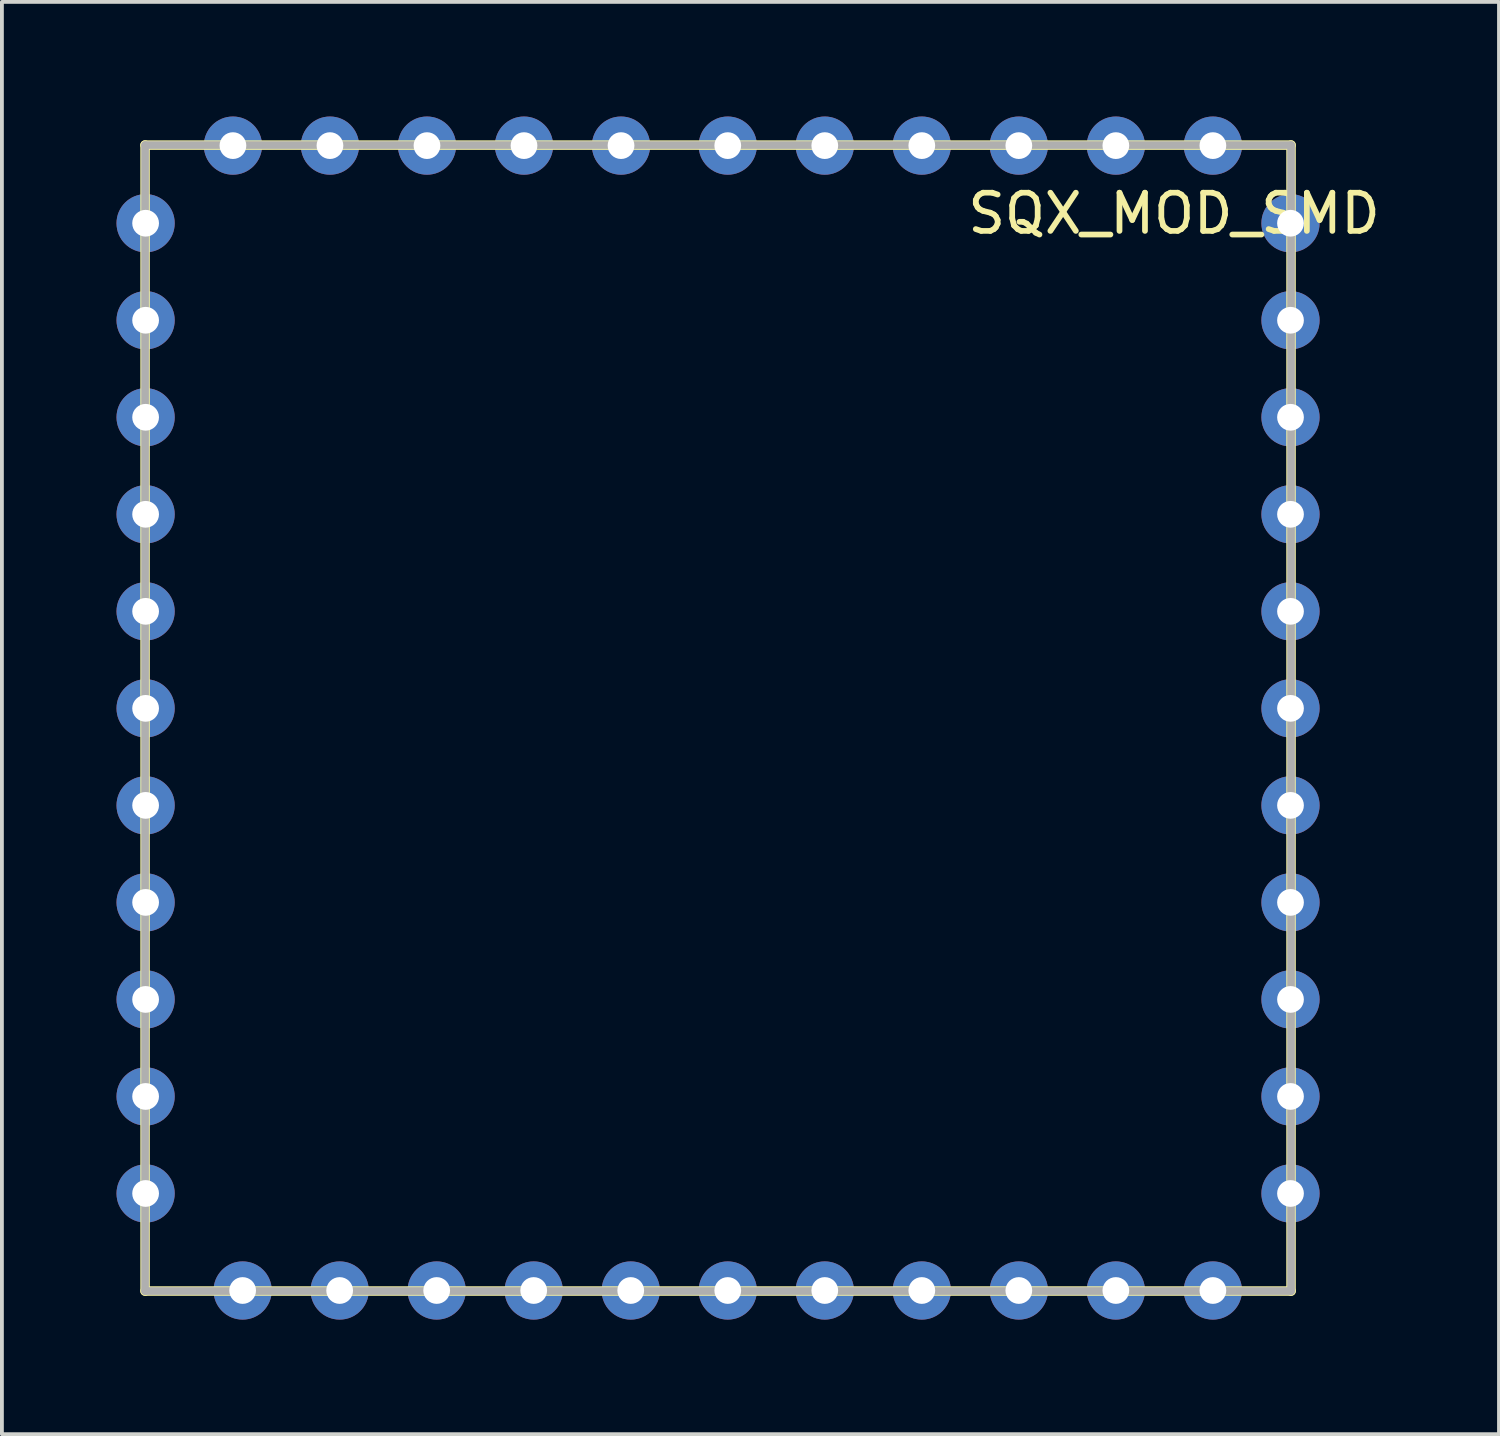
<source format=kicad_pcb>
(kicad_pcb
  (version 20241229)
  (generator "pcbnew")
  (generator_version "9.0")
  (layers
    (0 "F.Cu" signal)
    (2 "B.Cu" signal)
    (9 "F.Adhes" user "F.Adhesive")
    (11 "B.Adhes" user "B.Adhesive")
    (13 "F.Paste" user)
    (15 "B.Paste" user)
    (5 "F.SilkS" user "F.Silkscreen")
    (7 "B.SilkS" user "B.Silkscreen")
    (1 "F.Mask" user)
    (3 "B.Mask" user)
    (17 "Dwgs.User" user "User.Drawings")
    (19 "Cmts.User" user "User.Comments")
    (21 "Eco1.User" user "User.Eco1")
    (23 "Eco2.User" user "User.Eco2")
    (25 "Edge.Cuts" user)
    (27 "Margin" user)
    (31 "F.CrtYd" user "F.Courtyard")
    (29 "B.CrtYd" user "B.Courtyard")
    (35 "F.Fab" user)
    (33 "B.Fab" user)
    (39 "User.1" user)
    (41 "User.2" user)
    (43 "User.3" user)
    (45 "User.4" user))
  (footprint "SQX_MOD_SMD"
    (layer "F.Cu")
    (at 15.748 15.748)
    (property "Reference" "SQX_MOD_SMD" (at 11.938 -13.208 0) (layer "F.SilkS") (effects (font (size 1 1) (thickness 0.15))))
    (attr through_hole)
    (fp_line (start -15 -15) (end 15 -15) (stroke (width 0.25) (type solid)) (layer "F.SilkS"))
    (fp_line (start -15 15) (end -15 -15) (stroke (width 0.25) (type solid)) (layer "F.SilkS"))
    (fp_line (start 15 -15) (end 15 15) (stroke (width 0.25) (type solid)) (layer "F.SilkS"))
    (fp_line (start 15 15) (end -15 15) (stroke (width 0.25) (type solid)) (layer "F.SilkS"))
    (fp_line (start -15 -15) (end -15 15) (stroke (width 0.2) (type solid)) (layer "F.Fab"))
    (fp_line (start -15 -15) (end 15 -15) (stroke (width 0.2) (type solid)) (layer "F.Fab"))
    (fp_line (start 15 15) (end -15 15) (stroke (width 0.2) (type solid)) (layer "F.Fab"))
    (fp_line (start 15 15) (end 15 -15) (stroke (width 0.2) (type solid)) (layer "F.Fab"))
    (pad "AREF" thru_hole circle (at 14.986 -2.794 90) (size 1.524 1.524) (drill 0.7) (layers "*.Cu" "*.Mask"))
    (pad "D+" thru_hole circle (at -14.986 2.286 270) (size 1.524 1.524) (drill 0.7) (layers "*.Cu" "*.Mask"))
    (pad "D-" thru_hole circle (at -14.986 4.826 270) (size 1.524 1.524) (drill 0.7) (layers "*.Cu" "*.Mask"))
    (pad "GND0" thru_hole circle (at -14.986 -0.254 270) (size 1.524 1.524) (drill 0.7) (layers "*.Cu" "*.Mask"))
    (pad "GND1" thru_hole circle (at 2.794 14.986 180) (size 1.524 1.524) (drill 0.7) (layers "*.Cu" "*.Mask"))
    (pad "GND2" thru_hole circle (at 14.986 -0.254 90) (size 1.524 1.524) (drill 0.7) (layers "*.Cu" "*.Mask"))
    (pad "GND3" thru_hole circle (at 0.254 -14.986) (size 1.524 1.524) (drill 0.7) (layers "*.Cu" "*.Mask"))
    (pad "PA0" thru_hole circle (at 5.334 -14.986) (size 1.524 1.524) (drill 0.7) (layers "*.Cu" "*.Mask"))
    (pad "PA1" thru_hole circle (at 7.874 -14.986) (size 1.524 1.524) (drill 0.7) (layers "*.Cu" "*.Mask"))
    (pad "PA2" thru_hole circle (at 10.414 -14.986) (size 1.524 1.524) (drill 0.7) (layers "*.Cu" "*.Mask"))
    (pad "PA3" thru_hole circle (at 12.954 -14.986) (size 1.524 1.524) (drill 0.7) (layers "*.Cu" "*.Mask"))
    (pad "PA4" thru_hole circle (at 14.986 -12.954 90) (size 1.524 1.524) (drill 0.7) (layers "*.Cu" "*.Mask"))
    (pad "PA5" thru_hole circle (at 14.986 -10.414 90) (size 1.524 1.524) (drill 0.7) (layers "*.Cu" "*.Mask"))
    (pad "PA6" thru_hole circle (at 14.986 -7.874 90) (size 1.524 1.524) (drill 0.7) (layers "*.Cu" "*.Mask"))
    (pad "PA7" thru_hole circle (at 14.986 -5.334 90) (size 1.524 1.524) (drill 0.7) (layers "*.Cu" "*.Mask"))
    (pad "PB0" thru_hole circle (at -2.54 -14.986) (size 1.524 1.524) (drill 0.7) (layers "*.Cu" "*.Mask"))
    (pad "PB1" thru_hole circle (at -5.08 -14.986) (size 1.524 1.524) (drill 0.7) (layers "*.Cu" "*.Mask"))
    (pad "PB2" thru_hole circle (at -7.62 -14.986) (size 1.524 1.524) (drill 0.7) (layers "*.Cu" "*.Mask"))
    (pad "PB3" thru_hole circle (at -10.16 -14.986) (size 1.524 1.524) (drill 0.7) (layers "*.Cu" "*.Mask"))
    (pad "PB4" thru_hole circle (at -12.7 -14.986) (size 1.524 1.524) (drill 0.7) (layers "*.Cu" "*.Mask"))
    (pad "PB5" thru_hole circle (at -14.986 -12.954 270) (size 1.524 1.524) (drill 0.7) (layers "*.Cu" "*.Mask"))
    (pad "PB6" thru_hole circle (at -14.986 -10.414 270) (size 1.524 1.524) (drill 0.7) (layers "*.Cu" "*.Mask"))
    (pad "PB7" thru_hole circle (at -14.986 -7.874) (size 1.524 1.524) (drill 0.7) (layers "*.Cu" "*.Mask"))
    (pad "PC0" thru_hole circle (at 5.334 14.986 180) (size 1.524 1.524) (drill 0.7) (layers "*.Cu" "*.Mask"))
    (pad "PC1" thru_hole circle (at 7.874 14.986 180) (size 1.524 1.524) (drill 0.7) (layers "*.Cu" "*.Mask"))
    (pad "PC2" thru_hole circle (at 10.414 14.986 180) (size 1.524 1.524) (drill 0.7) (layers "*.Cu" "*.Mask"))
    (pad "PC3" thru_hole circle (at 12.954 14.986 180) (size 1.524 1.524) (drill 0.7) (layers "*.Cu" "*.Mask"))
    (pad "PC4" thru_hole circle (at 14.986 12.446 90) (size 1.524 1.524) (drill 0.7) (layers "*.Cu" "*.Mask"))
    (pad "PC5" thru_hole circle (at 14.986 9.906 90) (size 1.524 1.524) (drill 0.7) (layers "*.Cu" "*.Mask"))
    (pad "PC6" thru_hole circle (at 14.986 7.366 90) (size 1.524 1.524) (drill 0.7) (layers "*.Cu" "*.Mask"))
    (pad "PC7" thru_hole circle (at 14.986 4.826 90) (size 1.524 1.524) (drill 0.7) (layers "*.Cu" "*.Mask"))
    (pad "PD0" thru_hole circle (at -14.986 7.366 270) (size 1.524 1.524) (drill 0.7) (layers "*.Cu" "*.Mask"))
    (pad "PD1" thru_hole circle (at -14.986 9.906 270) (size 1.524 1.524) (drill 0.7) (layers "*.Cu" "*.Mask"))
    (pad "PD2" thru_hole circle (at -14.986 12.446 270) (size 1.524 1.524) (drill 0.7) (layers "*.Cu" "*.Mask"))
    (pad "PD3" thru_hole circle (at -12.446 14.986 180) (size 1.524 1.524) (drill 0.7) (layers "*.Cu" "*.Mask"))
    (pad "PD4" thru_hole circle (at -9.906 14.986 180) (size 1.524 1.524) (drill 0.7) (layers "*.Cu" "*.Mask"))
    (pad "PD5" thru_hole circle (at -7.366 14.986 180) (size 1.524 1.524) (drill 0.7) (layers "*.Cu" "*.Mask"))
    (pad "PD6" thru_hole circle (at -4.826 14.986 180) (size 1.524 1.524) (drill 0.7) (layers "*.Cu" "*.Mask"))
    (pad "PD7" thru_hole circle (at -2.286 14.986 180) (size 1.524 1.524) (drill 0.7) (layers "*.Cu" "*.Mask"))
    (pad "RESET" thru_hole circle (at -14.986 -5.334 270) (size 1.524 1.524) (drill 0.7) (layers "*.Cu" "*.Mask"))
    (pad "VBAT" thru_hole circle (at 2.794 -14.986) (size 1.524 1.524) (drill 0.7) (layers "*.Cu" "*.Mask"))
    (pad "VBUS" thru_hole circle (at -14.986 -2.794 270) (size 1.524 1.524) (drill 0.7) (layers "*.Cu" "*.Mask"))
    (pad "VCC" thru_hole circle (at 0.254 14.986 180) (size 1.524 1.524) (drill 0.7) (layers "*.Cu" "*.Mask"))
    (pad "VCC" thru_hole circle (at 14.986 2.286 90) (size 1.524 1.524) (drill 0.7) (layers "*.Cu" "*.Mask")))
  (gr_rect
    (start -3 -3)
    (end 36.192 34.496)
    (stroke (width 0.1) (type default))
    (fill no)
    (layer "Edge.Cuts")))
</source>
